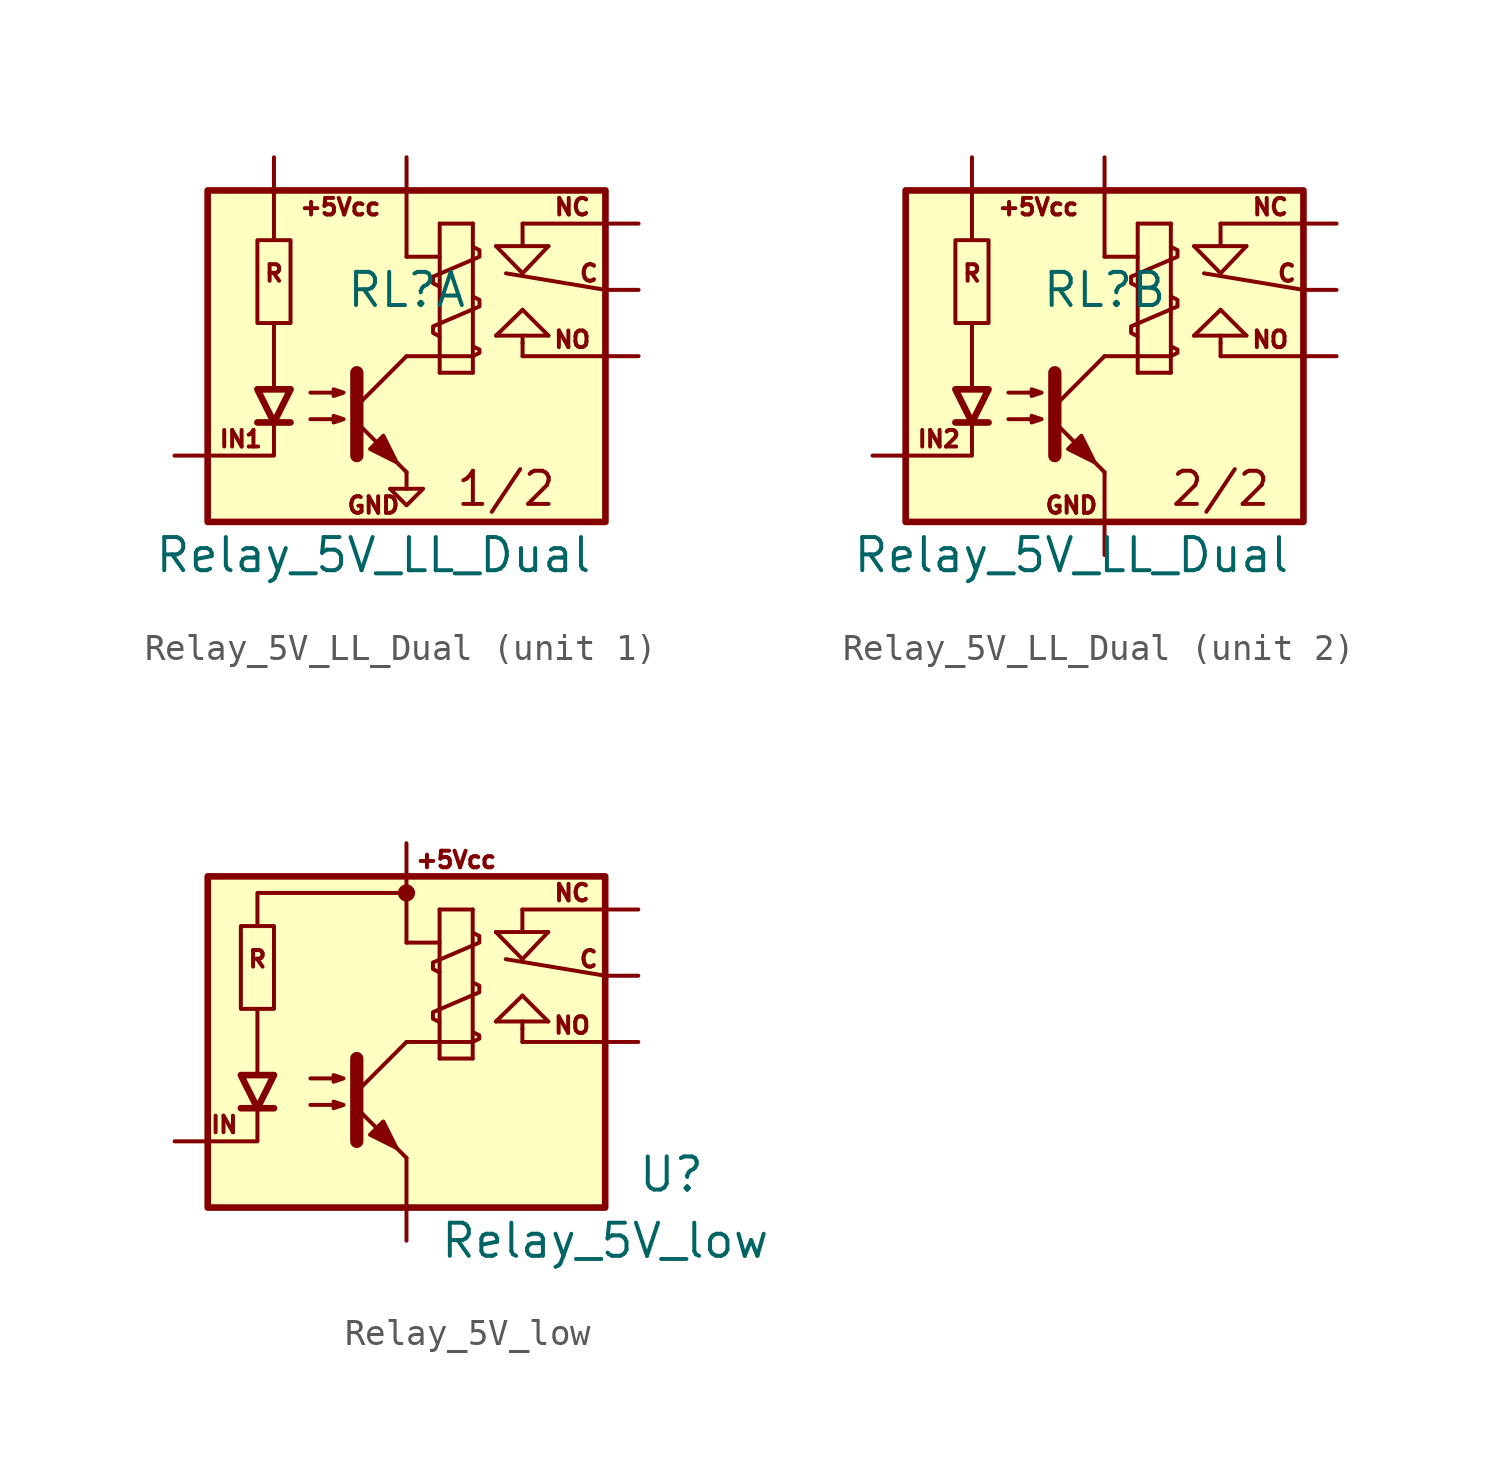
<source format=kicad_sym>
(kicad_symbol_lib
  (version 20211014)
  (generator kicad_symbol_editor)
  (symbol "Relay_5V_LL_Dual"
    (pin_names
      (offset 1.016))
    (property "Reference" "RL"
      (at 0 2.54 0)
      (effects (font (size 1.27 1.27))))
    (property "Value" "Relay_5V_LL_Dual"
      (at -1.27 -7.62 0)
      (effects (font (size 1.27 1.27))))
    (symbol "Relay_5V_LL_Dual_0_0"
      (text "+5Vcc" (at -2.54 5.715 0) (effects (font (size 0.635 0.635))))
      (text "GND" (at -1.27 -5.715 0) (effects (font (size 0.635 0.635)))))
    (symbol "Relay_5V_LL_Dual_0_1"
      (pin power_in line (at -5.08 7.62 270) (length 1.27) (name "~" (effects (font (size 1.27 1.27)))) (number "~" (effects (font (size 1.27 1.27)))))
      (pin power_in line (at 0 7.62 270) (length 1.27) (name "~" (effects (font (size 1.27 1.27)))) (number "~" (effects (font (size 1.27 1.27))))))
    (symbol "Relay_5V_LL_Dual_1_0"
      (polyline (pts (xy -5.08 1.27) (xy -5.08 -1.27)) (stroke (width 0) (type default) (color 0 0 0 0)) (fill (type none)))
      (polyline (pts (xy -5.08 -2.54) (xy -5.08 -3.81) (xy -7.62 -3.81)) (stroke (width 0) (type default) (color 0 0 0 0)) (fill (type none)))
      (polyline (pts (xy -5.715 4.445) (xy -4.445 4.445) (xy -4.445 1.27) (xy -5.715 1.27) (xy -5.715 4.445)) (stroke (width 0) (type default) (color 0 0 0 0)) (fill (type none)))
      (text "1/2" (at 3.81 -5.08 0) (effects (font (size 1.27 1.27))))
      (text "C" (at 6.985 3.175 0) (effects (font (size 0.635 0.635))))
      (text "IN1" (at -6.35 -3.175 0) (effects (font (size 0.635 0.635))))
      (text "NC" (at 6.35 5.715 0) (effects (font (size 0.635 0.635))))
      (text "NO" (at 6.35 0.635 0) (effects (font (size 0.635 0.635))))
      (text "R" (at -5.08 3.175 0) (effects (font (size 0.635 0.635)))))
    (symbol "Relay_5V_LL_Dual_1_1"
      (rectangle (start -7.62 6.35) (end 7.62 -6.35) (stroke (width 0.254) (type default) (color 0 0 0 0)) (fill (type background)))
      (polyline (pts (xy -5.715 -2.54) (xy -4.445 -2.54)) (stroke (width 0.254) (type default) (color 0 0 0 0)) (fill (type none)))
      (polyline (pts (xy -5.08 4.445) (xy -5.08 6.35)) (stroke (width 0) (type default) (color 0 0 0 0)) (fill (type none)))
      (polyline (pts (xy -1.905 -1.905) (xy 0 0)) (stroke (width 0) (type default) (color 0 0 0 0)) (fill (type none)))
      (polyline (pts (xy 0 -4.445) (xy -1.905 -2.54)) (stroke (width 0) (type default) (color 0 0 0 0)) (fill (type outline)))
      (polyline (pts (xy 0 -4.445) (xy 0 -5.08)) (stroke (width 0) (type default) (color 0 0 0 0)) (fill (type none)))
      (polyline (pts (xy 0 0) (xy 1.27 0)) (stroke (width 0) (type default) (color 0 0 0 0)) (fill (type none)))
      (polyline (pts (xy 0 3.81) (xy 1.27 3.81)) (stroke (width 0) (type default) (color 0 0 0 0)) (fill (type none)))
      (polyline (pts (xy 0 6.35) (xy 0 3.81)) (stroke (width 0) (type default) (color 0 0 0 0)) (fill (type none)))
      (polyline (pts (xy 1.27 5.08) (xy 1.27 -0.635)) (stroke (width 0) (type default) (color 0 0 0 0)) (fill (type none)))
      (polyline (pts (xy 1.27 5.08) (xy 2.54 5.08)) (stroke (width 0) (type default) (color 0 0 0 0)) (fill (type none)))
      (polyline (pts (xy 2.54 -0.635) (xy 1.27 -0.635)) (stroke (width 0) (type default) (color 0 0 0 0)) (fill (type none)))
      (polyline (pts (xy 2.54 5.08) (xy 2.54 -0.635)) (stroke (width 0) (type default) (color 0 0 0 0)) (fill (type none)))
      (polyline (pts (xy 3.429 0.787) (xy 5.436 0.787)) (stroke (width 0) (type default) (color 0 0 0 0)) (fill (type none)))
      (polyline (pts (xy 3.429 4.216) (xy 5.436 4.216)) (stroke (width 0) (type default) (color 0 0 0 0)) (fill (type none)))
      (polyline (pts (xy 3.81 3.175) (xy 7.62 2.54)) (stroke (width 0) (type default) (color 0 0 0 0)) (fill (type none)))
      (polyline (pts (xy 4.445 0) (xy 4.445 0.508)) (stroke (width 0) (type default) (color 0 0 0 0)) (fill (type none)))
      (polyline (pts (xy 4.445 0.508) (xy 4.445 0.787)) (stroke (width 0) (type default) (color 0 0 0 0)) (fill (type none)))
      (polyline (pts (xy 4.445 1.778) (xy 3.429 0.787)) (stroke (width 0) (type default) (color 0 0 0 0)) (fill (type none)))
      (polyline (pts (xy 4.445 3.175) (xy 3.429 4.216)) (stroke (width 0) (type default) (color 0 0 0 0)) (fill (type none)))
      (polyline (pts (xy 4.445 5.08) (xy 4.445 4.216)) (stroke (width 0) (type default) (color 0 0 0 0)) (fill (type none)))
      (polyline (pts (xy 4.445 5.08) (xy 7.62 5.08)) (stroke (width 0) (type default) (color 0 0 0 0)) (fill (type none)))
      (polyline (pts (xy 5.436 0.787) (xy 4.445 1.778)) (stroke (width 0) (type default) (color 0 0 0 0)) (fill (type none)))
      (polyline (pts (xy 5.436 4.216) (xy 4.445 3.175)) (stroke (width 0) (type default) (color 0 0 0 0)) (fill (type none)))
      (polyline (pts (xy 7.62 0) (xy 4.445 0)) (stroke (width 0) (type default) (color 0 0 0 0)) (fill (type none)))
      (polyline (pts (xy -1.905 -0.635) (xy -1.905 -3.81) (xy -1.905 -3.81)) (stroke (width 0.508) (type default) (color 0 0 0 0)) (fill (type none)))
      (polyline (pts (xy -5.08 -2.54) (xy -5.715 -1.27) (xy -4.445 -1.27) (xy -5.08 -2.54)) (stroke (width 0.254) (type default) (color 0 0 0 0)) (fill (type none)))
      (polyline (pts (xy -0.635 -5.08) (xy 0.635 -5.08) (xy 0 -5.715) (xy -0.635 -5.08)) (stroke (width 0) (type default) (color 0 0 0 0)) (fill (type none)))
      (polyline (pts (xy -3.683 -2.413) (xy -2.413 -2.413) (xy -2.794 -2.54) (xy -2.794 -2.286) (xy -2.413 -2.413)) (stroke (width 0) (type default) (color 0 0 0 0)) (fill (type none)))
      (polyline (pts (xy -3.683 -1.397) (xy -2.413 -1.397) (xy -2.794 -1.524) (xy -2.794 -1.27) (xy -2.413 -1.397)) (stroke (width 0) (type default) (color 0 0 0 0)) (fill (type none)))
      (polyline (pts (xy -1.397 -3.556) (xy -0.889 -3.048) (xy -0.381 -4.064) (xy -1.397 -3.556) (xy -1.397 -3.556)) (stroke (width 0) (type default) (color 0 0 0 0)) (fill (type outline)))
      (polyline (pts (xy 1.27 0) (xy 2.54 0) (xy 2.794 0.127) (xy 2.794 0.254) (xy 2.54 0.381)) (stroke (width 0) (type default) (color 0 0 0 0)) (fill (type none)))
      (polyline (pts (xy 1.27 0.762) (xy 1.016 0.889) (xy 1.016 1.143) (xy 2.794 1.905) (xy 2.794 2.159) (xy 2.54 2.286)) (stroke (width 0) (type default) (color 0 0 0 0)) (fill (type none)))
      (polyline (pts (xy 1.27 2.667) (xy 1.016 2.794) (xy 1.016 3.048) (xy 2.794 3.81) (xy 2.794 4.064) (xy 2.54 4.191)) (stroke (width 0) (type default) (color 0 0 0 0)) (fill (type none)))
      (pin input line (at -8.89 -3.81 0) (length 1.27) (name "~" (effects (font (size 1.016 1.016)))) (number "~" (effects (font (size 1.016 1.016)))))
      (pin passive line (at 8.89 0 180) (length 1.27) (name "~" (effects (font (size 1.016 1.016)))) (number "~" (effects (font (size 1.016 1.016)))))
      (pin passive line (at 8.89 2.54 180) (length 1.27) (name "~" (effects (font (size 1.016 1.016)))) (number "~" (effects (font (size 1.016 1.016)))))
      (pin passive line (at 8.89 5.08 180) (length 1.27) (name "~" (effects (font (size 1.016 1.016)))) (number "~" (effects (font (size 1.016 1.016))))))
    (symbol "Relay_5V_LL_Dual_2_0"
      (polyline (pts (xy -5.08 1.27) (xy -5.08 -1.27)) (stroke (width 0) (type default) (color 0 0 0 0)) (fill (type none)))
      (polyline (pts (xy -5.08 -2.54) (xy -5.08 -3.81) (xy -7.62 -3.81)) (stroke (width 0) (type default) (color 0 0 0 0)) (fill (type none)))
      (polyline (pts (xy -5.715 4.445) (xy -4.445 4.445) (xy -4.445 1.27) (xy -5.715 1.27) (xy -5.715 4.445)) (stroke (width 0) (type default) (color 0 0 0 0)) (fill (type none)))
      (text "2/2" (at 4.445 -5.08 0) (effects (font (size 1.27 1.27))))
      (text "C" (at 6.985 3.175 0) (effects (font (size 0.635 0.635))))
      (text "IN2" (at -6.35 -3.175 0) (effects (font (size 0.635 0.635))))
      (text "NC" (at 6.35 5.715 0) (effects (font (size 0.635 0.635))))
      (text "NO" (at 6.35 0.635 0) (effects (font (size 0.635 0.635))))
      (text "R" (at -5.08 3.175 0) (effects (font (size 0.635 0.635)))))
    (symbol "Relay_5V_LL_Dual_2_1"
      (rectangle (start -7.62 6.35) (end 7.62 -6.35) (stroke (width 0.254) (type default) (color 0 0 0 0)) (fill (type background)))
      (polyline (pts (xy -5.715 -2.54) (xy -4.445 -2.54)) (stroke (width 0.254) (type default) (color 0 0 0 0)) (fill (type none)))
      (polyline (pts (xy -5.08 4.445) (xy -5.08 6.35)) (stroke (width 0) (type default) (color 0 0 0 0)) (fill (type none)))
      (polyline (pts (xy -1.905 -1.905) (xy 0 0)) (stroke (width 0) (type default) (color 0 0 0 0)) (fill (type none)))
      (polyline (pts (xy 0 -4.445) (xy -1.905 -2.54)) (stroke (width 0) (type default) (color 0 0 0 0)) (fill (type outline)))
      (polyline (pts (xy 0 -4.445) (xy 0 -6.35)) (stroke (width 0) (type default) (color 0 0 0 0)) (fill (type none)))
      (polyline (pts (xy 0 0) (xy 1.27 0)) (stroke (width 0) (type default) (color 0 0 0 0)) (fill (type none)))
      (polyline (pts (xy 0 3.81) (xy 1.27 3.81)) (stroke (width 0) (type default) (color 0 0 0 0)) (fill (type none)))
      (polyline (pts (xy 0 6.35) (xy 0 3.81)) (stroke (width 0) (type default) (color 0 0 0 0)) (fill (type none)))
      (polyline (pts (xy 1.27 5.08) (xy 1.27 -0.635)) (stroke (width 0) (type default) (color 0 0 0 0)) (fill (type none)))
      (polyline (pts (xy 1.27 5.08) (xy 2.54 5.08)) (stroke (width 0) (type default) (color 0 0 0 0)) (fill (type none)))
      (polyline (pts (xy 2.54 -0.635) (xy 1.27 -0.635)) (stroke (width 0) (type default) (color 0 0 0 0)) (fill (type none)))
      (polyline (pts (xy 2.54 5.08) (xy 2.54 -0.635)) (stroke (width 0) (type default) (color 0 0 0 0)) (fill (type none)))
      (polyline (pts (xy 3.429 0.787) (xy 5.436 0.787)) (stroke (width 0) (type default) (color 0 0 0 0)) (fill (type none)))
      (polyline (pts (xy 3.429 4.216) (xy 5.436 4.216)) (stroke (width 0) (type default) (color 0 0 0 0)) (fill (type none)))
      (polyline (pts (xy 3.81 3.175) (xy 7.62 2.54)) (stroke (width 0) (type default) (color 0 0 0 0)) (fill (type none)))
      (polyline (pts (xy 4.445 0) (xy 4.445 0.508)) (stroke (width 0) (type default) (color 0 0 0 0)) (fill (type none)))
      (polyline (pts (xy 4.445 0.508) (xy 4.445 0.787)) (stroke (width 0) (type default) (color 0 0 0 0)) (fill (type none)))
      (polyline (pts (xy 4.445 1.778) (xy 3.429 0.787)) (stroke (width 0) (type default) (color 0 0 0 0)) (fill (type none)))
      (polyline (pts (xy 4.445 3.175) (xy 3.429 4.216)) (stroke (width 0) (type default) (color 0 0 0 0)) (fill (type none)))
      (polyline (pts (xy 4.445 5.08) (xy 4.445 4.216)) (stroke (width 0) (type default) (color 0 0 0 0)) (fill (type none)))
      (polyline (pts (xy 4.445 5.08) (xy 7.62 5.08)) (stroke (width 0) (type default) (color 0 0 0 0)) (fill (type none)))
      (polyline (pts (xy 5.436 0.787) (xy 4.445 1.778)) (stroke (width 0) (type default) (color 0 0 0 0)) (fill (type none)))
      (polyline (pts (xy 5.436 4.216) (xy 4.445 3.175)) (stroke (width 0) (type default) (color 0 0 0 0)) (fill (type none)))
      (polyline (pts (xy 7.62 0) (xy 4.445 0)) (stroke (width 0) (type default) (color 0 0 0 0)) (fill (type none)))
      (polyline (pts (xy -1.905 -0.635) (xy -1.905 -3.81) (xy -1.905 -3.81)) (stroke (width 0.508) (type default) (color 0 0 0 0)) (fill (type none)))
      (polyline (pts (xy -5.08 -2.54) (xy -5.715 -1.27) (xy -4.445 -1.27) (xy -5.08 -2.54)) (stroke (width 0.254) (type default) (color 0 0 0 0)) (fill (type none)))
      (polyline (pts (xy -3.683 -2.413) (xy -2.413 -2.413) (xy -2.794 -2.54) (xy -2.794 -2.286) (xy -2.413 -2.413)) (stroke (width 0) (type default) (color 0 0 0 0)) (fill (type none)))
      (polyline (pts (xy -3.683 -1.397) (xy -2.413 -1.397) (xy -2.794 -1.524) (xy -2.794 -1.27) (xy -2.413 -1.397)) (stroke (width 0) (type default) (color 0 0 0 0)) (fill (type none)))
      (polyline (pts (xy -1.397 -3.556) (xy -0.889 -3.048) (xy -0.381 -4.064) (xy -1.397 -3.556) (xy -1.397 -3.556)) (stroke (width 0) (type default) (color 0 0 0 0)) (fill (type outline)))
      (polyline (pts (xy 1.27 0) (xy 2.54 0) (xy 2.794 0.127) (xy 2.794 0.254) (xy 2.54 0.381)) (stroke (width 0) (type default) (color 0 0 0 0)) (fill (type none)))
      (polyline (pts (xy 1.27 0.762) (xy 1.016 0.889) (xy 1.016 1.143) (xy 2.794 1.905) (xy 2.794 2.159) (xy 2.54 2.286)) (stroke (width 0) (type default) (color 0 0 0 0)) (fill (type none)))
      (polyline (pts (xy 1.27 2.667) (xy 1.016 2.794) (xy 1.016 3.048) (xy 2.794 3.81) (xy 2.794 4.064) (xy 2.54 4.191)) (stroke (width 0) (type default) (color 0 0 0 0)) (fill (type none)))
      (pin input line (at -8.89 -3.81 0) (length 1.27) (name "~" (effects (font (size 1.016 1.016)))) (number "~" (effects (font (size 1.016 1.016)))))
      (pin power_in line (at 0 -7.62 90) (length 1.27) (name "~" (effects (font (size 1.27 1.27)))) (number "~" (effects (font (size 1.27 1.27)))))
      (pin passive line (at 8.89 0 180) (length 1.27) (name "~" (effects (font (size 1.016 1.016)))) (number "~" (effects (font (size 1.016 1.016)))))
      (pin passive line (at 8.89 2.54 180) (length 1.27) (name "~" (effects (font (size 1.016 1.016)))) (number "~" (effects (font (size 1.016 1.016)))))
      (pin passive line (at 8.89 5.08 180) (length 1.27) (name "~" (effects (font (size 1.016 1.016)))) (number "~" (effects (font (size 1.016 1.016)))))))
  (symbol "Relay_5V_low"
    (pin_names
      (offset 1.016))
    (property "Reference" "U"
      (at 10.16 -5.08 0)
      (effects (font (size 1.27 1.27))))
    (property "Value" "Relay_5V_low"
      (at 7.62 -7.62 0)
      (effects (font (size 1.27 1.27))))
    (symbol "Relay_5V_low_0_0"
      (polyline (pts (xy -5.715 1.27) (xy -5.715 -1.27)) (stroke (width 0) (type default) (color 0 0 0 0)) (fill (type none)))
      (polyline (pts (xy -5.715 -2.54) (xy -5.715 -3.81) (xy -7.62 -3.81)) (stroke (width 0) (type default) (color 0 0 0 0)) (fill (type none)))
      (polyline (pts (xy 0 5.715) (xy -5.715 5.715) (xy -5.715 4.445)) (stroke (width 0) (type default) (color 0 0 0 0)) (fill (type none)))
      (polyline (pts (xy -6.35 4.445) (xy -5.08 4.445) (xy -5.08 1.27) (xy -6.35 1.27) (xy -6.35 4.445)) (stroke (width 0) (type default) (color 0 0 0 0)) (fill (type none)))
      (text "R" (at -5.715 3.175 0) (effects (font (size 0.635 0.635)))))
    (symbol "Relay_5V_low_1_0"
      (text "+5Vcc" (at 1.905 6.985 0) (effects (font (size 0.635 0.635))))
      (text "C" (at 6.985 3.175 0) (effects (font (size 0.635 0.635))))
      (text "IN" (at -6.985 -3.175 0) (effects (font (size 0.635 0.635))))
      (text "NC" (at 6.35 5.715 0) (effects (font (size 0.635 0.635))))
      (text "NO" (at 6.35 0.635 0) (effects (font (size 0.635 0.635)))))
    (symbol "Relay_5V_low_1_1"
      (rectangle (start -7.62 6.35) (end 7.62 -6.35) (stroke (width 0.254) (type default) (color 0 0 0 0)) (fill (type background)))
      (polyline (pts (xy -6.35 -2.54) (xy -5.08 -2.54)) (stroke (width 0.254) (type default) (color 0 0 0 0)) (fill (type none)))
      (polyline (pts (xy -1.905 -1.905) (xy 0 0)) (stroke (width 0) (type default) (color 0 0 0 0)) (fill (type none)))
      (polyline (pts (xy 0 -4.445) (xy -1.905 -2.54)) (stroke (width 0) (type default) (color 0 0 0 0)) (fill (type outline)))
      (polyline (pts (xy 0 -4.445) (xy 0 -6.35)) (stroke (width 0) (type default) (color 0 0 0 0)) (fill (type none)))
      (polyline (pts (xy 0 0) (xy 1.27 0)) (stroke (width 0) (type default) (color 0 0 0 0)) (fill (type none)))
      (polyline (pts (xy 0 3.81) (xy 1.27 3.81)) (stroke (width 0) (type default) (color 0 0 0 0)) (fill (type none)))
      (polyline (pts (xy 0 6.35) (xy 0 3.81)) (stroke (width 0) (type default) (color 0 0 0 0)) (fill (type none)))
      (polyline (pts (xy 1.27 5.08) (xy 1.27 -0.635)) (stroke (width 0) (type default) (color 0 0 0 0)) (fill (type none)))
      (polyline (pts (xy 1.27 5.08) (xy 2.54 5.08)) (stroke (width 0) (type default) (color 0 0 0 0)) (fill (type none)))
      (polyline (pts (xy 2.54 -0.635) (xy 1.27 -0.635)) (stroke (width 0) (type default) (color 0 0 0 0)) (fill (type none)))
      (polyline (pts (xy 2.54 5.08) (xy 2.54 -0.635)) (stroke (width 0) (type default) (color 0 0 0 0)) (fill (type none)))
      (polyline (pts (xy 3.429 0.787) (xy 5.436 0.787)) (stroke (width 0) (type default) (color 0 0 0 0)) (fill (type none)))
      (polyline (pts (xy 3.429 4.216) (xy 5.436 4.216)) (stroke (width 0) (type default) (color 0 0 0 0)) (fill (type none)))
      (polyline (pts (xy 3.81 3.175) (xy 7.62 2.54)) (stroke (width 0) (type default) (color 0 0 0 0)) (fill (type none)))
      (polyline (pts (xy 4.445 0) (xy 4.445 0.508)) (stroke (width 0) (type default) (color 0 0 0 0)) (fill (type none)))
      (polyline (pts (xy 4.445 0.508) (xy 4.445 0.787)) (stroke (width 0) (type default) (color 0 0 0 0)) (fill (type none)))
      (polyline (pts (xy 4.445 1.778) (xy 3.429 0.787)) (stroke (width 0) (type default) (color 0 0 0 0)) (fill (type none)))
      (polyline (pts (xy 4.445 3.175) (xy 3.429 4.216)) (stroke (width 0) (type default) (color 0 0 0 0)) (fill (type none)))
      (polyline (pts (xy 4.445 5.08) (xy 4.445 4.216)) (stroke (width 0) (type default) (color 0 0 0 0)) (fill (type none)))
      (polyline (pts (xy 4.445 5.08) (xy 7.62 5.08)) (stroke (width 0) (type default) (color 0 0 0 0)) (fill (type none)))
      (polyline (pts (xy 5.436 0.787) (xy 4.445 1.778)) (stroke (width 0) (type default) (color 0 0 0 0)) (fill (type none)))
      (polyline (pts (xy 5.436 4.216) (xy 4.445 3.175)) (stroke (width 0) (type default) (color 0 0 0 0)) (fill (type none)))
      (polyline (pts (xy 7.62 0) (xy 4.445 0)) (stroke (width 0) (type default) (color 0 0 0 0)) (fill (type none)))
      (polyline (pts (xy -1.905 -0.635) (xy -1.905 -3.81) (xy -1.905 -3.81)) (stroke (width 0.508) (type default) (color 0 0 0 0)) (fill (type none)))
      (polyline (pts (xy -5.715 -2.54) (xy -6.35 -1.27) (xy -5.08 -1.27) (xy -5.715 -2.54)) (stroke (width 0.254) (type default) (color 0 0 0 0)) (fill (type none)))
      (polyline (pts (xy -3.683 -2.413) (xy -2.413 -2.413) (xy -2.794 -2.54) (xy -2.794 -2.286) (xy -2.413 -2.413)) (stroke (width 0) (type default) (color 0 0 0 0)) (fill (type none)))
      (polyline (pts (xy -3.683 -1.397) (xy -2.413 -1.397) (xy -2.794 -1.524) (xy -2.794 -1.27) (xy -2.413 -1.397)) (stroke (width 0) (type default) (color 0 0 0 0)) (fill (type none)))
      (polyline (pts (xy -1.397 -3.556) (xy -0.889 -3.048) (xy -0.381 -4.064) (xy -1.397 -3.556) (xy -1.397 -3.556)) (stroke (width 0) (type default) (color 0 0 0 0)) (fill (type outline)))
      (polyline (pts (xy 1.27 0) (xy 2.54 0) (xy 2.794 0.127) (xy 2.794 0.254) (xy 2.54 0.381)) (stroke (width 0) (type default) (color 0 0 0 0)) (fill (type none)))
      (polyline (pts (xy 1.27 0.762) (xy 1.016 0.889) (xy 1.016 1.143) (xy 2.794 1.905) (xy 2.794 2.159) (xy 2.54 2.286)) (stroke (width 0) (type default) (color 0 0 0 0)) (fill (type none)))
      (polyline (pts (xy 1.27 2.667) (xy 1.016 2.794) (xy 1.016 3.048) (xy 2.794 3.81) (xy 2.794 4.064) (xy 2.54 4.191)) (stroke (width 0) (type default) (color 0 0 0 0)) (fill (type none)))
      (circle (center 0 5.715) (radius 0.254) (stroke (width 0) (type default) (color 0 0 0 0)) (fill (type outline)))
      (pin input line (at -8.89 -3.81 0) (length 1.27) (name "~" (effects (font (size 1.016 1.016)))) (number "~" (effects (font (size 1.016 1.016)))))
      (pin power_in line (at 0 -7.62 90) (length 1.27) (name "~" (effects (font (size 1.016 1.016)))) (number "~" (effects (font (size 1.016 1.016)))))
      (pin power_in line (at 0 7.62 270) (length 1.27) (name "~" (effects (font (size 1.016 1.016)))) (number "~" (effects (font (size 1.016 1.016)))))
      (pin passive line (at 8.89 0 180) (length 1.27) (name "~" (effects (font (size 1.016 1.016)))) (number "~" (effects (font (size 1.016 1.016)))))
      (pin passive line (at 8.89 2.54 180) (length 1.27) (name "~" (effects (font (size 1.016 1.016)))) (number "~" (effects (font (size 1.016 1.016)))))
      (pin passive line (at 8.89 5.08 180) (length 1.27) (name "~" (effects (font (size 1.016 1.016)))) (number "~" (effects (font (size 1.016 1.016))))))))
</source>
